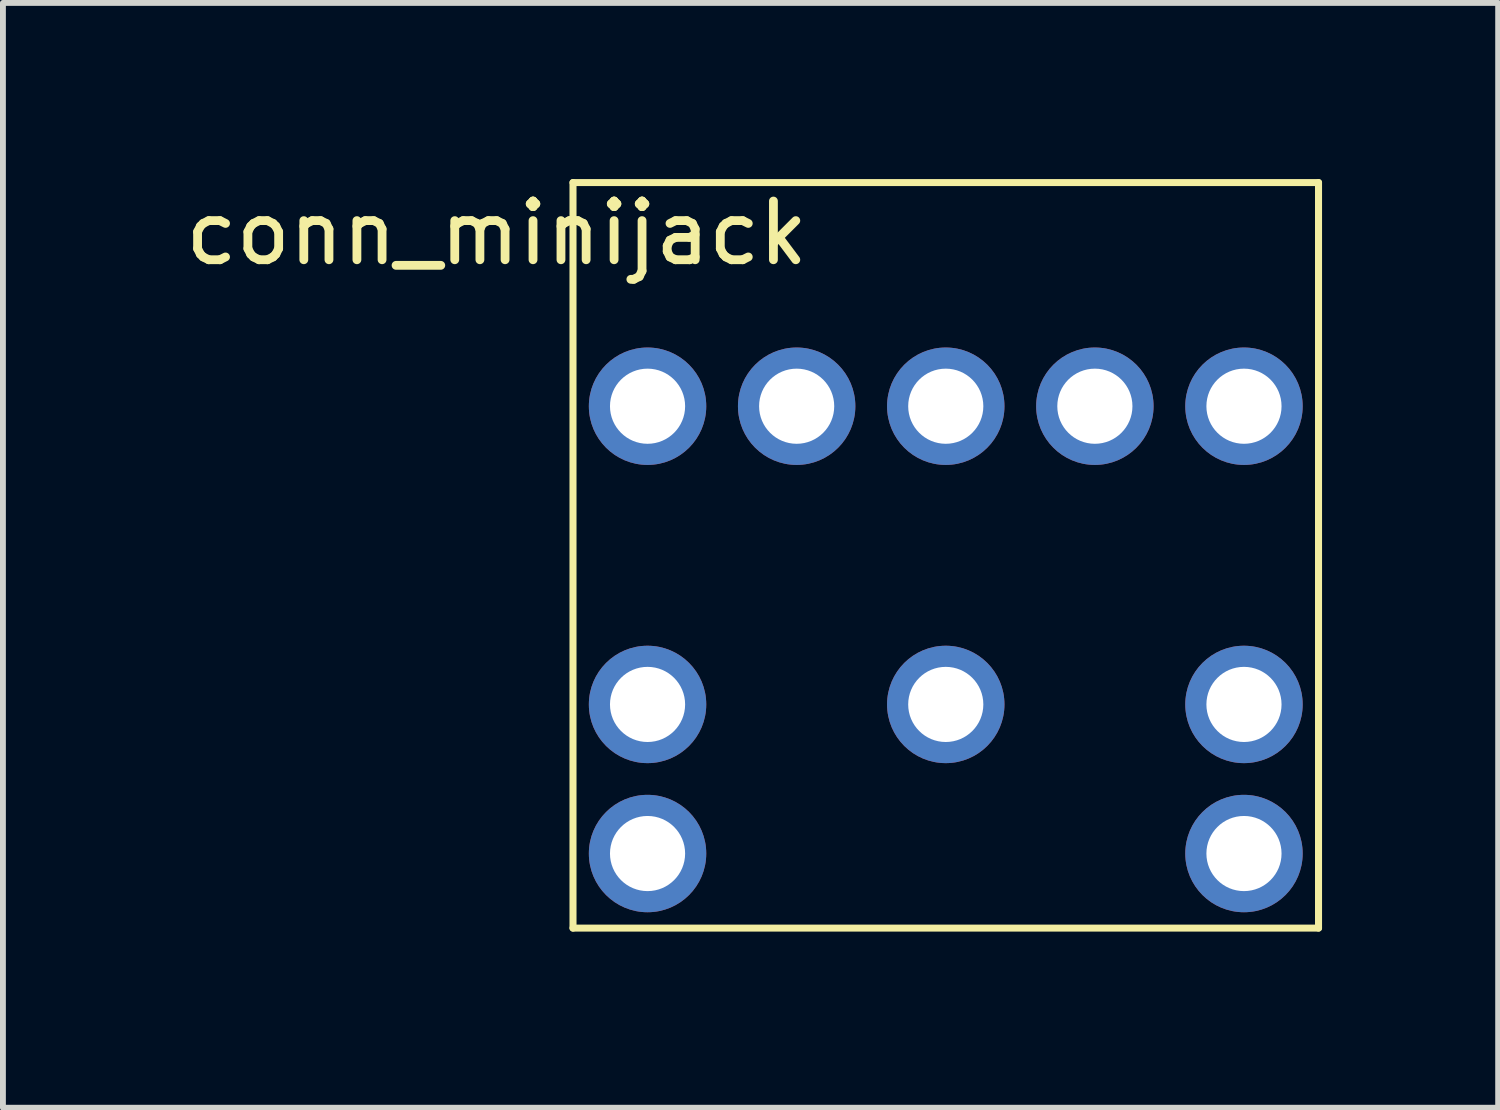
<source format=kicad_pcb>
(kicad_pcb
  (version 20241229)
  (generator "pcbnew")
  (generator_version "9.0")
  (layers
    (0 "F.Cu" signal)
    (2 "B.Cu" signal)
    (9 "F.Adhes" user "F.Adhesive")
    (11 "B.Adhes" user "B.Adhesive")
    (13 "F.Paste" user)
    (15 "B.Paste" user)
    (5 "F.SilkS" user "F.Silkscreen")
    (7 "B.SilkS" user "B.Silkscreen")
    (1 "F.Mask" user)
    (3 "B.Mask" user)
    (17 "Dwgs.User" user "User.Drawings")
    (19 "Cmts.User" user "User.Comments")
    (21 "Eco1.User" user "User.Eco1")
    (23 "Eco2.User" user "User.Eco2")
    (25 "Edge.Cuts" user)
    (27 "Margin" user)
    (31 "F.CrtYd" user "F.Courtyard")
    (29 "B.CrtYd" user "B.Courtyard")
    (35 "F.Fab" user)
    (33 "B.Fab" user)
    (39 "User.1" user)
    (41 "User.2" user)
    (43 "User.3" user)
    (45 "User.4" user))
  (footprint "conn_minijack"
    (layer "F.Cu")
    (at 13.061 3.87)
    (property "Reference" "conn_minijack" (at -7.65 -2.95 0) (layer "F.SilkS") (effects (font (size 1 1) (thickness 0.15))))
    (attr through_hole)
    (fp_line (start -6.35 -3.81) (end 6.35 -3.81) (stroke (width 0.12) (type solid)) (layer "F.SilkS"))
    (fp_line (start -6.35 8.89) (end -6.35 -3.81) (stroke (width 0.12) (type solid)) (layer "F.SilkS"))
    (fp_line (start 6.35 -3.81) (end 6.35 8.89) (stroke (width 0.12) (type solid)) (layer "F.SilkS"))
    (fp_line (start 6.35 8.89) (end -6.35 8.89) (stroke (width 0.12) (type solid)) (layer "F.SilkS"))
    (pad "1" thru_hole circle (at 0 0) (size 2 2) (drill 1.28) (layers "*.Cu"))
    (pad "2" thru_hole circle (at 5.08 5.08) (size 2 2) (drill 1.28) (layers "*.Cu"))
    (pad "3" thru_hole circle (at 5.08 7.62) (size 2 2) (drill 1.28) (layers "*.Cu"))
    (pad "4" thru_hole circle (at -5.08 5.08) (size 2 2) (drill 1.28) (layers "*.Cu"))
    (pad "5" thru_hole circle (at -5.08 7.62) (size 2 2) (drill 1.28) (layers "*.Cu"))
    (pad "G" thru_hole circle (at 0 5.08 90) (size 2 2) (drill 1.28) (layers "*.Cu" "*.Mask"))
    (pad "S" thru_hole circle (at -5.08 0 90) (size 2 2) (drill 1.28) (layers "*.Cu" "*.Mask"))
    (pad "SN" thru_hole circle (at -2.54 0 90) (size 2 2) (drill 1.28) (layers "*.Cu" "*.Mask"))
    (pad "T" thru_hole circle (at 2.54 0 90) (size 2 2) (drill 1.28) (layers "*.Cu" "*.Mask"))
    (pad "TN" thru_hole circle (at 5.08 0 90) (size 2 2) (drill 1.28) (layers "*.Cu" "*.Mask")))
  (gr_rect
    (start -3 -3)
    (end 22.471 15.82)
    (stroke (width 0.1) (type default))
    (fill no)
    (layer "Edge.Cuts")))
</source>
